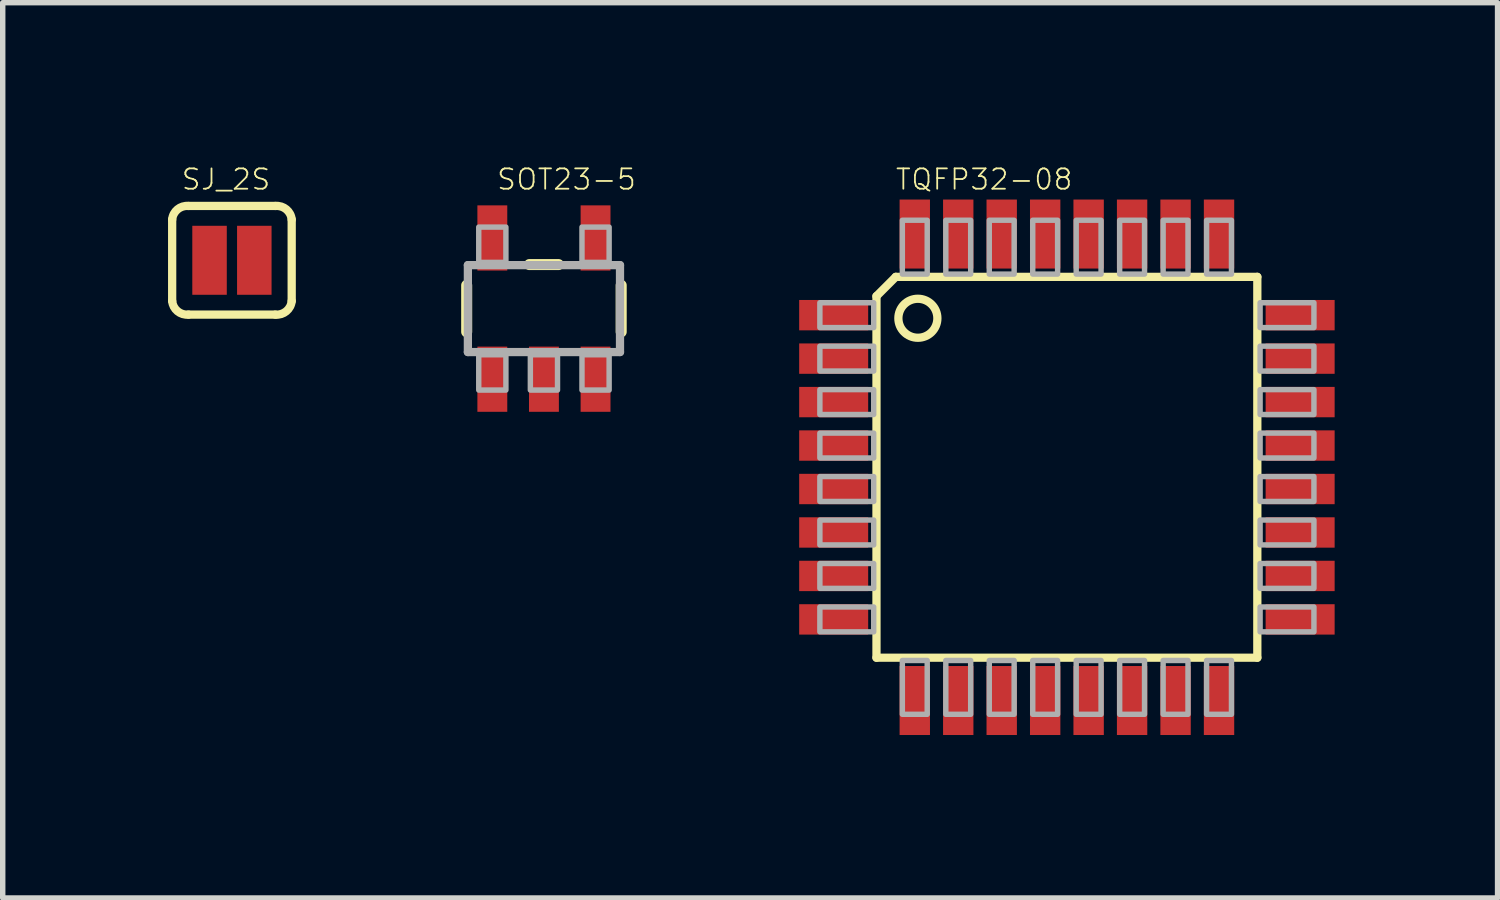
<source format=kicad_pcb>
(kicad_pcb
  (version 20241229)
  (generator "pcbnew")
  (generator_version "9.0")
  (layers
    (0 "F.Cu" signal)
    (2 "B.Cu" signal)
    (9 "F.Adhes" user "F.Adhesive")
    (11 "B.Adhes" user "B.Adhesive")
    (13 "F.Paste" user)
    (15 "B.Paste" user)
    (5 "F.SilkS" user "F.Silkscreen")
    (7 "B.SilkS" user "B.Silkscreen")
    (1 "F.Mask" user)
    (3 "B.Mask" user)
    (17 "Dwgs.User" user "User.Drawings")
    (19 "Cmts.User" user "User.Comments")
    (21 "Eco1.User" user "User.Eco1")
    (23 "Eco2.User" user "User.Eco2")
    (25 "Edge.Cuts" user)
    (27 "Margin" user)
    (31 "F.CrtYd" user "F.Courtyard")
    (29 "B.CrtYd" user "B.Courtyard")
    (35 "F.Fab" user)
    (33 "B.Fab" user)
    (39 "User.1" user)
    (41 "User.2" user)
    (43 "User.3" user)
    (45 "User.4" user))
  (footprint "SOT23-5"
    (layer "F.Cu")
    (at 6.962 2.63)
    (property "Reference" "SOT23-5" (at -0.889 -2.159 0) (layer "F.SilkS") (effects (font (size 0.374 0.374) (thickness 0.033)) (justify left bottom)))
    (fp_line (start -1.422 0.429) (end -1.422 -0.429) (stroke (width 0.203) (type solid)) (layer "F.SilkS"))
    (fp_line (start -0.268 -0.81) (end 0.268 -0.81) (stroke (width 0.203) (type solid)) (layer "F.SilkS"))
    (fp_line (start 1.422 -0.429) (end 1.422 0.429) (stroke (width 0.203) (type solid)) (layer "F.SilkS"))
    (fp_line (start -1.4 -0.8) (end -1.4 0.8) (stroke (width 0.152) (type solid)) (layer "F.Fab"))
    (fp_line (start -1.4 -0.8) (end 1.4 -0.8) (stroke (width 0.152) (type solid)) (layer "F.Fab"))
    (fp_line (start 1.4 -0.8) (end 1.4 0.8) (stroke (width 0.152) (type solid)) (layer "F.Fab"))
    (fp_line (start 1.4 0.8) (end -1.4 0.8) (stroke (width 0.152) (type solid)) (layer "F.Fab"))
    (fp_poly (pts (xy -1.2 -0.85) (xy -0.7 -0.85) (xy -0.7 -1.5) (xy -1.2 -1.5)) (stroke (width 0.1) (type solid)) (fill no) (layer "F.Fab"))
    (fp_poly (pts (xy -1.2 1.5) (xy -0.7 1.5) (xy -0.7 0.85) (xy -1.2 0.85)) (stroke (width 0.1) (type solid)) (fill no) (layer "F.Fab"))
    (fp_poly (pts (xy -0.25 1.5) (xy 0.25 1.5) (xy 0.25 0.85) (xy -0.25 0.85)) (stroke (width 0.1) (type solid)) (fill no) (layer "F.Fab"))
    (fp_poly (pts (xy 0.7 -0.85) (xy 1.2 -0.85) (xy 1.2 -1.5) (xy 0.7 -1.5)) (stroke (width 0.1) (type solid)) (fill no) (layer "F.Fab"))
    (fp_poly (pts (xy 0.7 1.5) (xy 1.2 1.5) (xy 1.2 0.85) (xy 0.7 0.85)) (stroke (width 0.1) (type solid)) (fill no) (layer "F.Fab"))
    (pad "1" smd rect (at -0.95 1.3) (size 0.55 1.2) (layers "F.Cu" "F.Mask" "F.Paste"))
    (pad "2" smd rect (at 0 1.3) (size 0.55 1.2) (layers "F.Cu" "F.Mask" "F.Paste"))
    (pad "3" smd rect (at 0.95 1.3) (size 0.55 1.2) (layers "F.Cu" "F.Mask" "F.Paste"))
    (pad "4" smd rect (at 0.95 -1.3) (size 0.55 1.2) (layers "F.Cu" "F.Mask" "F.Paste"))
    (pad "5" smd rect (at -0.95 -1.3) (size 0.55 1.2) (layers "F.Cu" "F.Mask" "F.Paste")))
  (footprint "TQFP32-08"
    (layer "F.Cu")
    (at 16.588 5.551)
    (property "Reference" "TQFP32-08" (at -3.175 -5.08 0) (layer "F.SilkS") (effects (font (size 0.374 0.374) (thickness 0.033)) (justify left bottom)))
    (fp_line (start -3.505 3.505) (end -3.505 -3.15) (stroke (width 0.152) (type solid)) (layer "F.SilkS"))
    (fp_line (start -3.15 -3.505) (end -3.505 -3.15) (stroke (width 0.152) (type solid)) (layer "F.SilkS"))
    (fp_line (start -3.15 -3.505) (end 3.505 -3.505) (stroke (width 0.152) (type solid)) (layer "F.SilkS"))
    (fp_line (start 3.505 -3.505) (end 3.505 3.505) (stroke (width 0.152) (type solid)) (layer "F.SilkS"))
    (fp_line (start 3.505 3.505) (end -3.505 3.505) (stroke (width 0.152) (type solid)) (layer "F.SilkS"))
    (fp_circle (center -2.743 -2.743) (end -2.384 -2.743) (stroke (width 0.152) (type solid)) (fill no) (layer "F.SilkS"))
    (fp_poly (pts (xy -4.547 -2.571) (xy -3.556 -2.571) (xy -3.556 -3.029) (xy -4.547 -3.029)) (stroke (width 0.1) (type solid)) (fill no) (layer "F.Fab"))
    (fp_poly (pts (xy -4.547 -1.771) (xy -3.556 -1.771) (xy -3.556 -2.229) (xy -4.547 -2.229)) (stroke (width 0.1) (type solid)) (fill no) (layer "F.Fab"))
    (fp_poly (pts (xy -4.547 -0.971) (xy -3.556 -0.971) (xy -3.556 -1.429) (xy -4.547 -1.429)) (stroke (width 0.1) (type solid)) (fill no) (layer "F.Fab"))
    (fp_poly (pts (xy -4.547 -0.171) (xy -3.556 -0.171) (xy -3.556 -0.629) (xy -4.547 -0.629)) (stroke (width 0.1) (type solid)) (fill no) (layer "F.Fab"))
    (fp_poly (pts (xy -4.547 0.629) (xy -3.556 0.629) (xy -3.556 0.171) (xy -4.547 0.171)) (stroke (width 0.1) (type solid)) (fill no) (layer "F.Fab"))
    (fp_poly (pts (xy -4.547 1.429) (xy -3.556 1.429) (xy -3.556 0.971) (xy -4.547 0.971)) (stroke (width 0.1) (type solid)) (fill no) (layer "F.Fab"))
    (fp_poly (pts (xy -4.547 2.229) (xy -3.556 2.229) (xy -3.556 1.771) (xy -4.547 1.771)) (stroke (width 0.1) (type solid)) (fill no) (layer "F.Fab"))
    (fp_poly (pts (xy -4.547 3.029) (xy -3.556 3.029) (xy -3.556 2.571) (xy -4.547 2.571)) (stroke (width 0.1) (type solid)) (fill no) (layer "F.Fab"))
    (fp_poly (pts (xy -3.029 -3.556) (xy -2.571 -3.556) (xy -2.571 -4.547) (xy -3.029 -4.547)) (stroke (width 0.1) (type solid)) (fill no) (layer "F.Fab"))
    (fp_poly (pts (xy -3.029 4.547) (xy -2.571 4.547) (xy -2.571 3.556) (xy -3.029 3.556)) (stroke (width 0.1) (type solid)) (fill no) (layer "F.Fab"))
    (fp_poly (pts (xy -2.229 -3.556) (xy -1.771 -3.556) (xy -1.771 -4.547) (xy -2.229 -4.547)) (stroke (width 0.1) (type solid)) (fill no) (layer "F.Fab"))
    (fp_poly (pts (xy -2.229 4.547) (xy -1.771 4.547) (xy -1.771 3.556) (xy -2.229 3.556)) (stroke (width 0.1) (type solid)) (fill no) (layer "F.Fab"))
    (fp_poly (pts (xy -1.429 -3.556) (xy -0.971 -3.556) (xy -0.971 -4.547) (xy -1.429 -4.547)) (stroke (width 0.1) (type solid)) (fill no) (layer "F.Fab"))
    (fp_poly (pts (xy -1.429 4.547) (xy -0.971 4.547) (xy -0.971 3.556) (xy -1.429 3.556)) (stroke (width 0.1) (type solid)) (fill no) (layer "F.Fab"))
    (fp_poly (pts (xy -0.629 -3.556) (xy -0.171 -3.556) (xy -0.171 -4.547) (xy -0.629 -4.547)) (stroke (width 0.1) (type solid)) (fill no) (layer "F.Fab"))
    (fp_poly (pts (xy -0.629 4.547) (xy -0.171 4.547) (xy -0.171 3.556) (xy -0.629 3.556)) (stroke (width 0.1) (type solid)) (fill no) (layer "F.Fab"))
    (fp_poly (pts (xy 0.171 -3.556) (xy 0.629 -3.556) (xy 0.629 -4.547) (xy 0.171 -4.547)) (stroke (width 0.1) (type solid)) (fill no) (layer "F.Fab"))
    (fp_poly (pts (xy 0.171 4.547) (xy 0.629 4.547) (xy 0.629 3.556) (xy 0.171 3.556)) (stroke (width 0.1) (type solid)) (fill no) (layer "F.Fab"))
    (fp_poly (pts (xy 0.971 -3.556) (xy 1.429 -3.556) (xy 1.429 -4.547) (xy 0.971 -4.547)) (stroke (width 0.1) (type solid)) (fill no) (layer "F.Fab"))
    (fp_poly (pts (xy 0.971 4.547) (xy 1.429 4.547) (xy 1.429 3.556) (xy 0.971 3.556)) (stroke (width 0.1) (type solid)) (fill no) (layer "F.Fab"))
    (fp_poly (pts (xy 1.771 -3.556) (xy 2.229 -3.556) (xy 2.229 -4.547) (xy 1.771 -4.547)) (stroke (width 0.1) (type solid)) (fill no) (layer "F.Fab"))
    (fp_poly (pts (xy 1.771 4.547) (xy 2.229 4.547) (xy 2.229 3.556) (xy 1.771 3.556)) (stroke (width 0.1) (type solid)) (fill no) (layer "F.Fab"))
    (fp_poly (pts (xy 2.571 -3.556) (xy 3.029 -3.556) (xy 3.029 -4.547) (xy 2.571 -4.547)) (stroke (width 0.1) (type solid)) (fill no) (layer "F.Fab"))
    (fp_poly (pts (xy 2.571 4.547) (xy 3.029 4.547) (xy 3.029 3.556) (xy 2.571 3.556)) (stroke (width 0.1) (type solid)) (fill no) (layer "F.Fab"))
    (fp_poly (pts (xy 3.556 -2.571) (xy 4.547 -2.571) (xy 4.547 -3.029) (xy 3.556 -3.029)) (stroke (width 0.1) (type solid)) (fill no) (layer "F.Fab"))
    (fp_poly (pts (xy 3.556 -1.771) (xy 4.547 -1.771) (xy 4.547 -2.229) (xy 3.556 -2.229)) (stroke (width 0.1) (type solid)) (fill no) (layer "F.Fab"))
    (fp_poly (pts (xy 3.556 -0.971) (xy 4.547 -0.971) (xy 4.547 -1.429) (xy 3.556 -1.429)) (stroke (width 0.1) (type solid)) (fill no) (layer "F.Fab"))
    (fp_poly (pts (xy 3.556 -0.171) (xy 4.547 -0.171) (xy 4.547 -0.629) (xy 3.556 -0.629)) (stroke (width 0.1) (type solid)) (fill no) (layer "F.Fab"))
    (fp_poly (pts (xy 3.556 0.629) (xy 4.547 0.629) (xy 4.547 0.171) (xy 3.556 0.171)) (stroke (width 0.1) (type solid)) (fill no) (layer "F.Fab"))
    (fp_poly (pts (xy 3.556 1.429) (xy 4.547 1.429) (xy 4.547 0.971) (xy 3.556 0.971)) (stroke (width 0.1) (type solid)) (fill no) (layer "F.Fab"))
    (fp_poly (pts (xy 3.556 2.229) (xy 4.547 2.229) (xy 4.547 1.771) (xy 3.556 1.771)) (stroke (width 0.1) (type solid)) (fill no) (layer "F.Fab"))
    (fp_poly (pts (xy 3.556 3.029) (xy 4.547 3.029) (xy 4.547 2.571) (xy 3.556 2.571)) (stroke (width 0.1) (type solid)) (fill no) (layer "F.Fab"))
    (pad "1" smd rect (at -4.293 -2.8) (size 1.27 0.559) (layers "F.Cu" "F.Mask" "F.Paste"))
    (pad "2" smd rect (at -4.293 -2) (size 1.27 0.559) (layers "F.Cu" "F.Mask" "F.Paste"))
    (pad "3" smd rect (at -4.293 -1.2) (size 1.27 0.559) (layers "F.Cu" "F.Mask" "F.Paste"))
    (pad "4" smd rect (at -4.293 -0.4) (size 1.27 0.559) (layers "F.Cu" "F.Mask" "F.Paste"))
    (pad "5" smd rect (at -4.293 0.4) (size 1.27 0.559) (layers "F.Cu" "F.Mask" "F.Paste"))
    (pad "6" smd rect (at -4.293 1.2) (size 1.27 0.559) (layers "F.Cu" "F.Mask" "F.Paste"))
    (pad "7" smd rect (at -4.293 2) (size 1.27 0.559) (layers "F.Cu" "F.Mask" "F.Paste"))
    (pad "8" smd rect (at -4.293 2.8) (size 1.27 0.559) (layers "F.Cu" "F.Mask" "F.Paste"))
    (pad "9" smd rect (at -2.8 4.293) (size 0.559 1.27) (layers "F.Cu" "F.Mask" "F.Paste"))
    (pad "10" smd rect (at -2 4.293) (size 0.559 1.27) (layers "F.Cu" "F.Mask" "F.Paste"))
    (pad "11" smd rect (at -1.2 4.293) (size 0.559 1.27) (layers "F.Cu" "F.Mask" "F.Paste"))
    (pad "12" smd rect (at -0.4 4.293) (size 0.559 1.27) (layers "F.Cu" "F.Mask" "F.Paste"))
    (pad "13" smd rect (at 0.4 4.293) (size 0.559 1.27) (layers "F.Cu" "F.Mask" "F.Paste"))
    (pad "14" smd rect (at 1.2 4.293) (size 0.559 1.27) (layers "F.Cu" "F.Mask" "F.Paste"))
    (pad "15" smd rect (at 2 4.293) (size 0.559 1.27) (layers "F.Cu" "F.Mask" "F.Paste"))
    (pad "16" smd rect (at 2.8 4.293) (size 0.559 1.27) (layers "F.Cu" "F.Mask" "F.Paste"))
    (pad "17" smd rect (at 4.293 2.8) (size 1.27 0.559) (layers "F.Cu" "F.Mask" "F.Paste"))
    (pad "18" smd rect (at 4.293 2) (size 1.27 0.559) (layers "F.Cu" "F.Mask" "F.Paste"))
    (pad "19" smd rect (at 4.293 1.2) (size 1.27 0.559) (layers "F.Cu" "F.Mask" "F.Paste"))
    (pad "20" smd rect (at 4.293 0.4) (size 1.27 0.559) (layers "F.Cu" "F.Mask" "F.Paste"))
    (pad "21" smd rect (at 4.293 -0.4) (size 1.27 0.559) (layers "F.Cu" "F.Mask" "F.Paste"))
    (pad "22" smd rect (at 4.293 -1.2) (size 1.27 0.559) (layers "F.Cu" "F.Mask" "F.Paste"))
    (pad "23" smd rect (at 4.293 -2) (size 1.27 0.559) (layers "F.Cu" "F.Mask" "F.Paste"))
    (pad "24" smd rect (at 4.293 -2.8) (size 1.27 0.559) (layers "F.Cu" "F.Mask" "F.Paste"))
    (pad "25" smd rect (at 2.8 -4.293) (size 0.559 1.27) (layers "F.Cu" "F.Mask" "F.Paste"))
    (pad "26" smd rect (at 2 -4.293) (size 0.559 1.27) (layers "F.Cu" "F.Mask" "F.Paste"))
    (pad "27" smd rect (at 1.2 -4.293) (size 0.559 1.27) (layers "F.Cu" "F.Mask" "F.Paste"))
    (pad "28" smd rect (at 0.4 -4.293) (size 0.559 1.27) (layers "F.Cu" "F.Mask" "F.Paste"))
    (pad "29" smd rect (at -0.4 -4.293) (size 0.559 1.27) (layers "F.Cu" "F.Mask" "F.Paste"))
    (pad "30" smd rect (at -1.2 -4.293) (size 0.559 1.27) (layers "F.Cu" "F.Mask" "F.Paste"))
    (pad "31" smd rect (at -2 -4.293) (size 0.559 1.27) (layers "F.Cu" "F.Mask" "F.Paste"))
    (pad "32" smd rect (at -2.8 -4.293) (size 0.559 1.27) (layers "F.Cu" "F.Mask" "F.Paste")))
  (footprint "SJ_2S"
    (layer "F.Cu")
    (at 1.219 1.741)
    (property "Reference" "SJ_2S" (at -0.95 -1.27 0) (layer "F.SilkS") (effects (font (size 0.374 0.374) (thickness 0.033)) (justify left bottom)))
    (fp_line (start -1.1 0.75) (end -1.1 -0.75) (stroke (width 0.152) (type solid)) (layer "F.SilkS"))
    (fp_line (start -0.8 -1) (end 0.8 -1) (stroke (width 0.152) (type solid)) (layer "F.SilkS"))
    (fp_line (start 0.8 1) (end -0.8 1) (stroke (width 0.152) (type solid)) (layer "F.SilkS"))
    (fp_line (start 1.1 0.75) (end 1.1 -0.75) (stroke (width 0.152) (type solid)) (layer "F.SilkS"))
    (fp_arc (start -1.1 -0.75) (mid -1.001777 -0.937132) (end -0.8 -1) (stroke (width 0.1524) (type solid)) (layer "F.SilkS"))
    (fp_arc (start -0.799998 1) (mid -1.001849 0.93722) (end -1.1 0.75) (stroke (width 0.1524) (type solid)) (layer "F.SilkS"))
    (fp_arc (start 0.8 -1) (mid 1.001777 -0.937132) (end 1.1 -0.75) (stroke (width 0.1524) (type solid)) (layer "F.SilkS"))
    (fp_arc (start 1.1 0.75) (mid 1.001777 0.937132) (end 0.8 1) (stroke (width 0.1524) (type solid)) (layer "F.SilkS"))
    (fp_poly (pts (xy -1.219 1.143) (xy 1.219 1.143) (xy 1.219 -1.143) (xy -1.219 -1.143)) (stroke (width 0) (type solid)) (fill yes) (layer "F.Paste"))
    (pad "1" smd rect (at -0.412 0) (size 0.635 1.27) (layers "F.Cu" "F.Mask" "F.Paste"))
    (pad "2" smd rect (at 0.412 0) (size 0.635 1.27) (layers "F.Cu" "F.Mask" "F.Paste")))
  (gr_rect
    (start -3 -3)
    (end 24.515 13.479)
    (stroke (width 0.1) (type default))
    (fill no)
    (layer "Edge.Cuts")))
</source>
